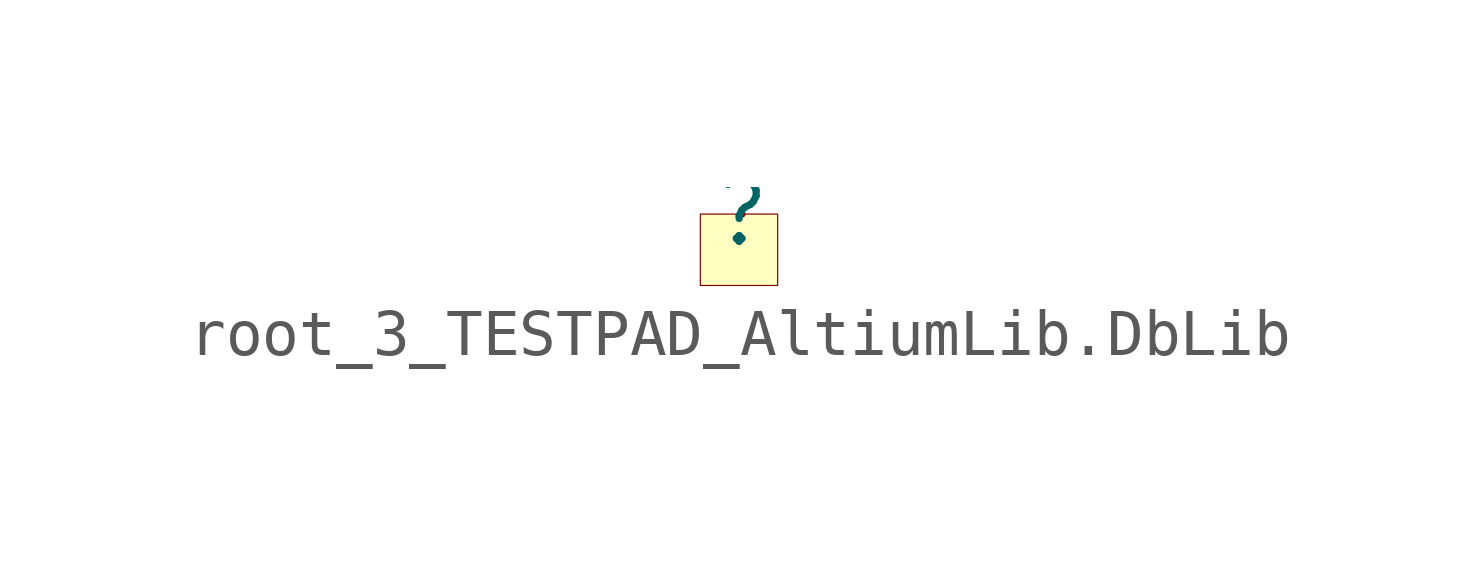
<source format=kicad_sym>
(kicad_symbol_lib
  (version 20241209)
  (generator "kicad_symbol_editor")
  (generator_version "9.0")
  (symbol "root_3_TESTPAD_AltiumLib.DbLib"
    (pin_numbers
      (hide yes))
    (pin_names
      (hide yes))
    (property "Reference" ""
      (at 0 0 0)
      (effects (font (size 1.27 1.27))))
    (property "Value" ""
      (at 0 0 0)
      (effects (font (size 1.27 1.27))))
    (symbol "root_3_TESTPAD_AltiumLib.DbLib_1_0"
      (rectangle (start 0.762 0) (end -0.889 -1.524) (stroke (width 0.025) (type solid) (color 128 0 0 1)) (fill (type background)))
      (pin passive line (at 0 0 270) (length 0) (name "1" (effects (font (size 1.27 1.27)))) (number "1" (effects (font (size 1.27 1.27))))))))
</source>
